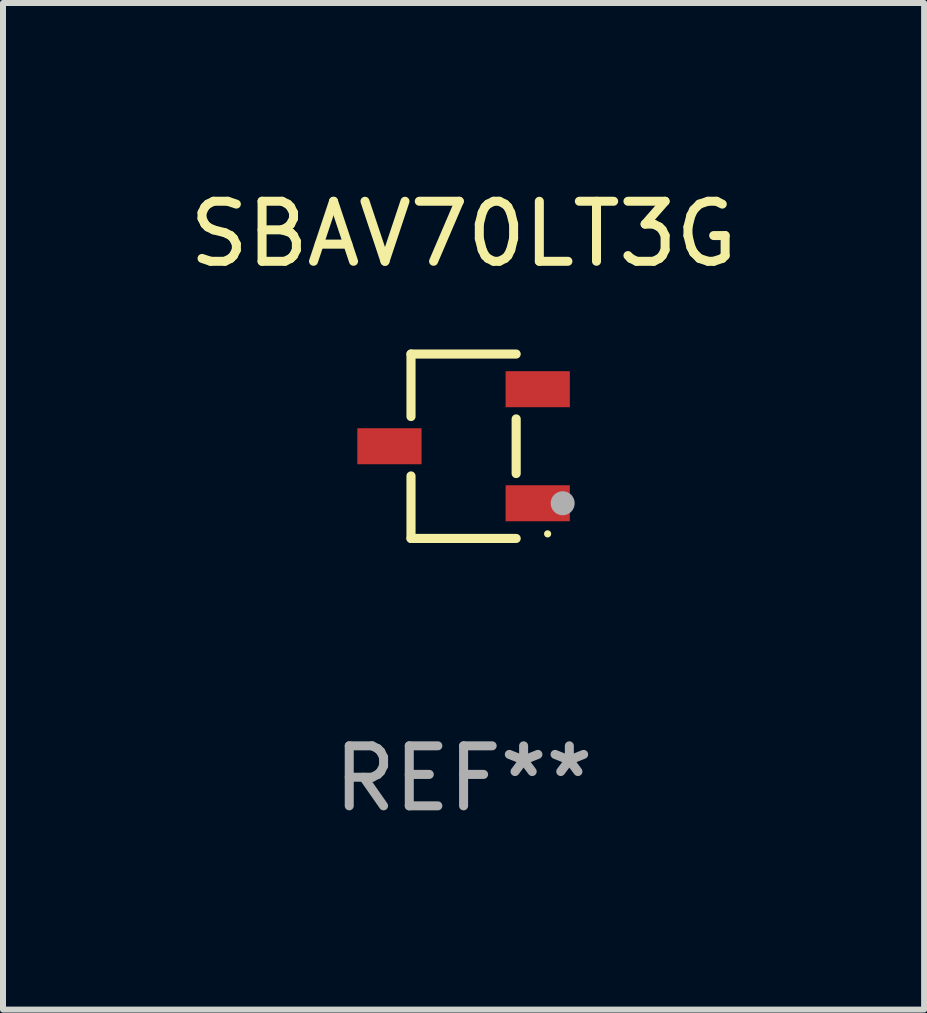
<source format=kicad_pcb>
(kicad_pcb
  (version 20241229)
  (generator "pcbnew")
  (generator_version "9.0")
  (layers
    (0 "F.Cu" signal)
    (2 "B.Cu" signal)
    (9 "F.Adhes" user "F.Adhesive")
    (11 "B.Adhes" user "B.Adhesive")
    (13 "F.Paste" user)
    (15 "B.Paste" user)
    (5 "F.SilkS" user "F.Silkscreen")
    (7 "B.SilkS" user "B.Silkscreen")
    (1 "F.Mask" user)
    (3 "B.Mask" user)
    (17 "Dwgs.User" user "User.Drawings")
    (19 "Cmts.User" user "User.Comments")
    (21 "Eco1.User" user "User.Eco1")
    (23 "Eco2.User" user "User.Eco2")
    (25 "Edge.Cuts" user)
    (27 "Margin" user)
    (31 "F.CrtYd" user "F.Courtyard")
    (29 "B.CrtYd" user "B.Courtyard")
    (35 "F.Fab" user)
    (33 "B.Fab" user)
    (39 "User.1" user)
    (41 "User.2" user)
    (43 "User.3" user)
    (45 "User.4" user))
  (footprint "SBAV70LT3G"
    (layer "F.Cu")
    (at 4.673 4.384)
    (property "Reference" "SBAV70LT3G" (at 0 -3.536 0) (layer "F.SilkS") (effects (font (size 1 1) (thickness 0.15))))
    (attr through_hole)
    (fp_line (start -0.876 -1.536) (end -0.876 -0.495) (stroke (width 0.152) (type solid)) (layer "F.SilkS"))
    (fp_line (start -0.876 1.536) (end -0.876 0.495) (stroke (width 0.152) (type solid)) (layer "F.SilkS"))
    (fp_line (start 0.876 -1.536) (end -0.876 -1.536) (stroke (width 0.152) (type solid)) (layer "F.SilkS"))
    (fp_line (start 0.876 -0.455) (end 0.876 0.455) (stroke (width 0.152) (type solid)) (layer "F.SilkS"))
    (fp_line (start 0.876 1.536) (end -0.876 1.536) (stroke (width 0.152) (type solid)) (layer "F.SilkS"))
    (fp_circle (center 1.4 1.46) (end 1.43 1.46) (stroke (width 0.06) (type solid)) (fill no) (layer "F.SilkS"))
    (fp_circle (center 1.651 0.95) (end 1.751 0.95) (stroke (width 0.2) (type solid)) (fill no) (layer "F.Fab"))
    (fp_text user "REF**" (at 0 5.536 0) (layer "F.Fab") (effects (font (size 1 1) (thickness 0.15))))
    (pad "1" smd rect (at 1.235 0.95) (size 1.07 0.6) (layers "F.Cu" "F.Mask" "F.Paste"))
    (pad "2" smd rect (at 1.235 -0.95) (size 1.07 0.6) (layers "F.Cu" "F.Mask" "F.Paste"))
    (pad "3" smd rect (at -1.235 0) (size 1.07 0.6) (layers "F.Cu" "F.Mask" "F.Paste")))
  (gr_rect
    (start -3 -3)
    (end 12.345 13.769)
    (stroke (width 0.1) (type default))
    (fill no)
    (layer "Edge.Cuts")))
</source>
